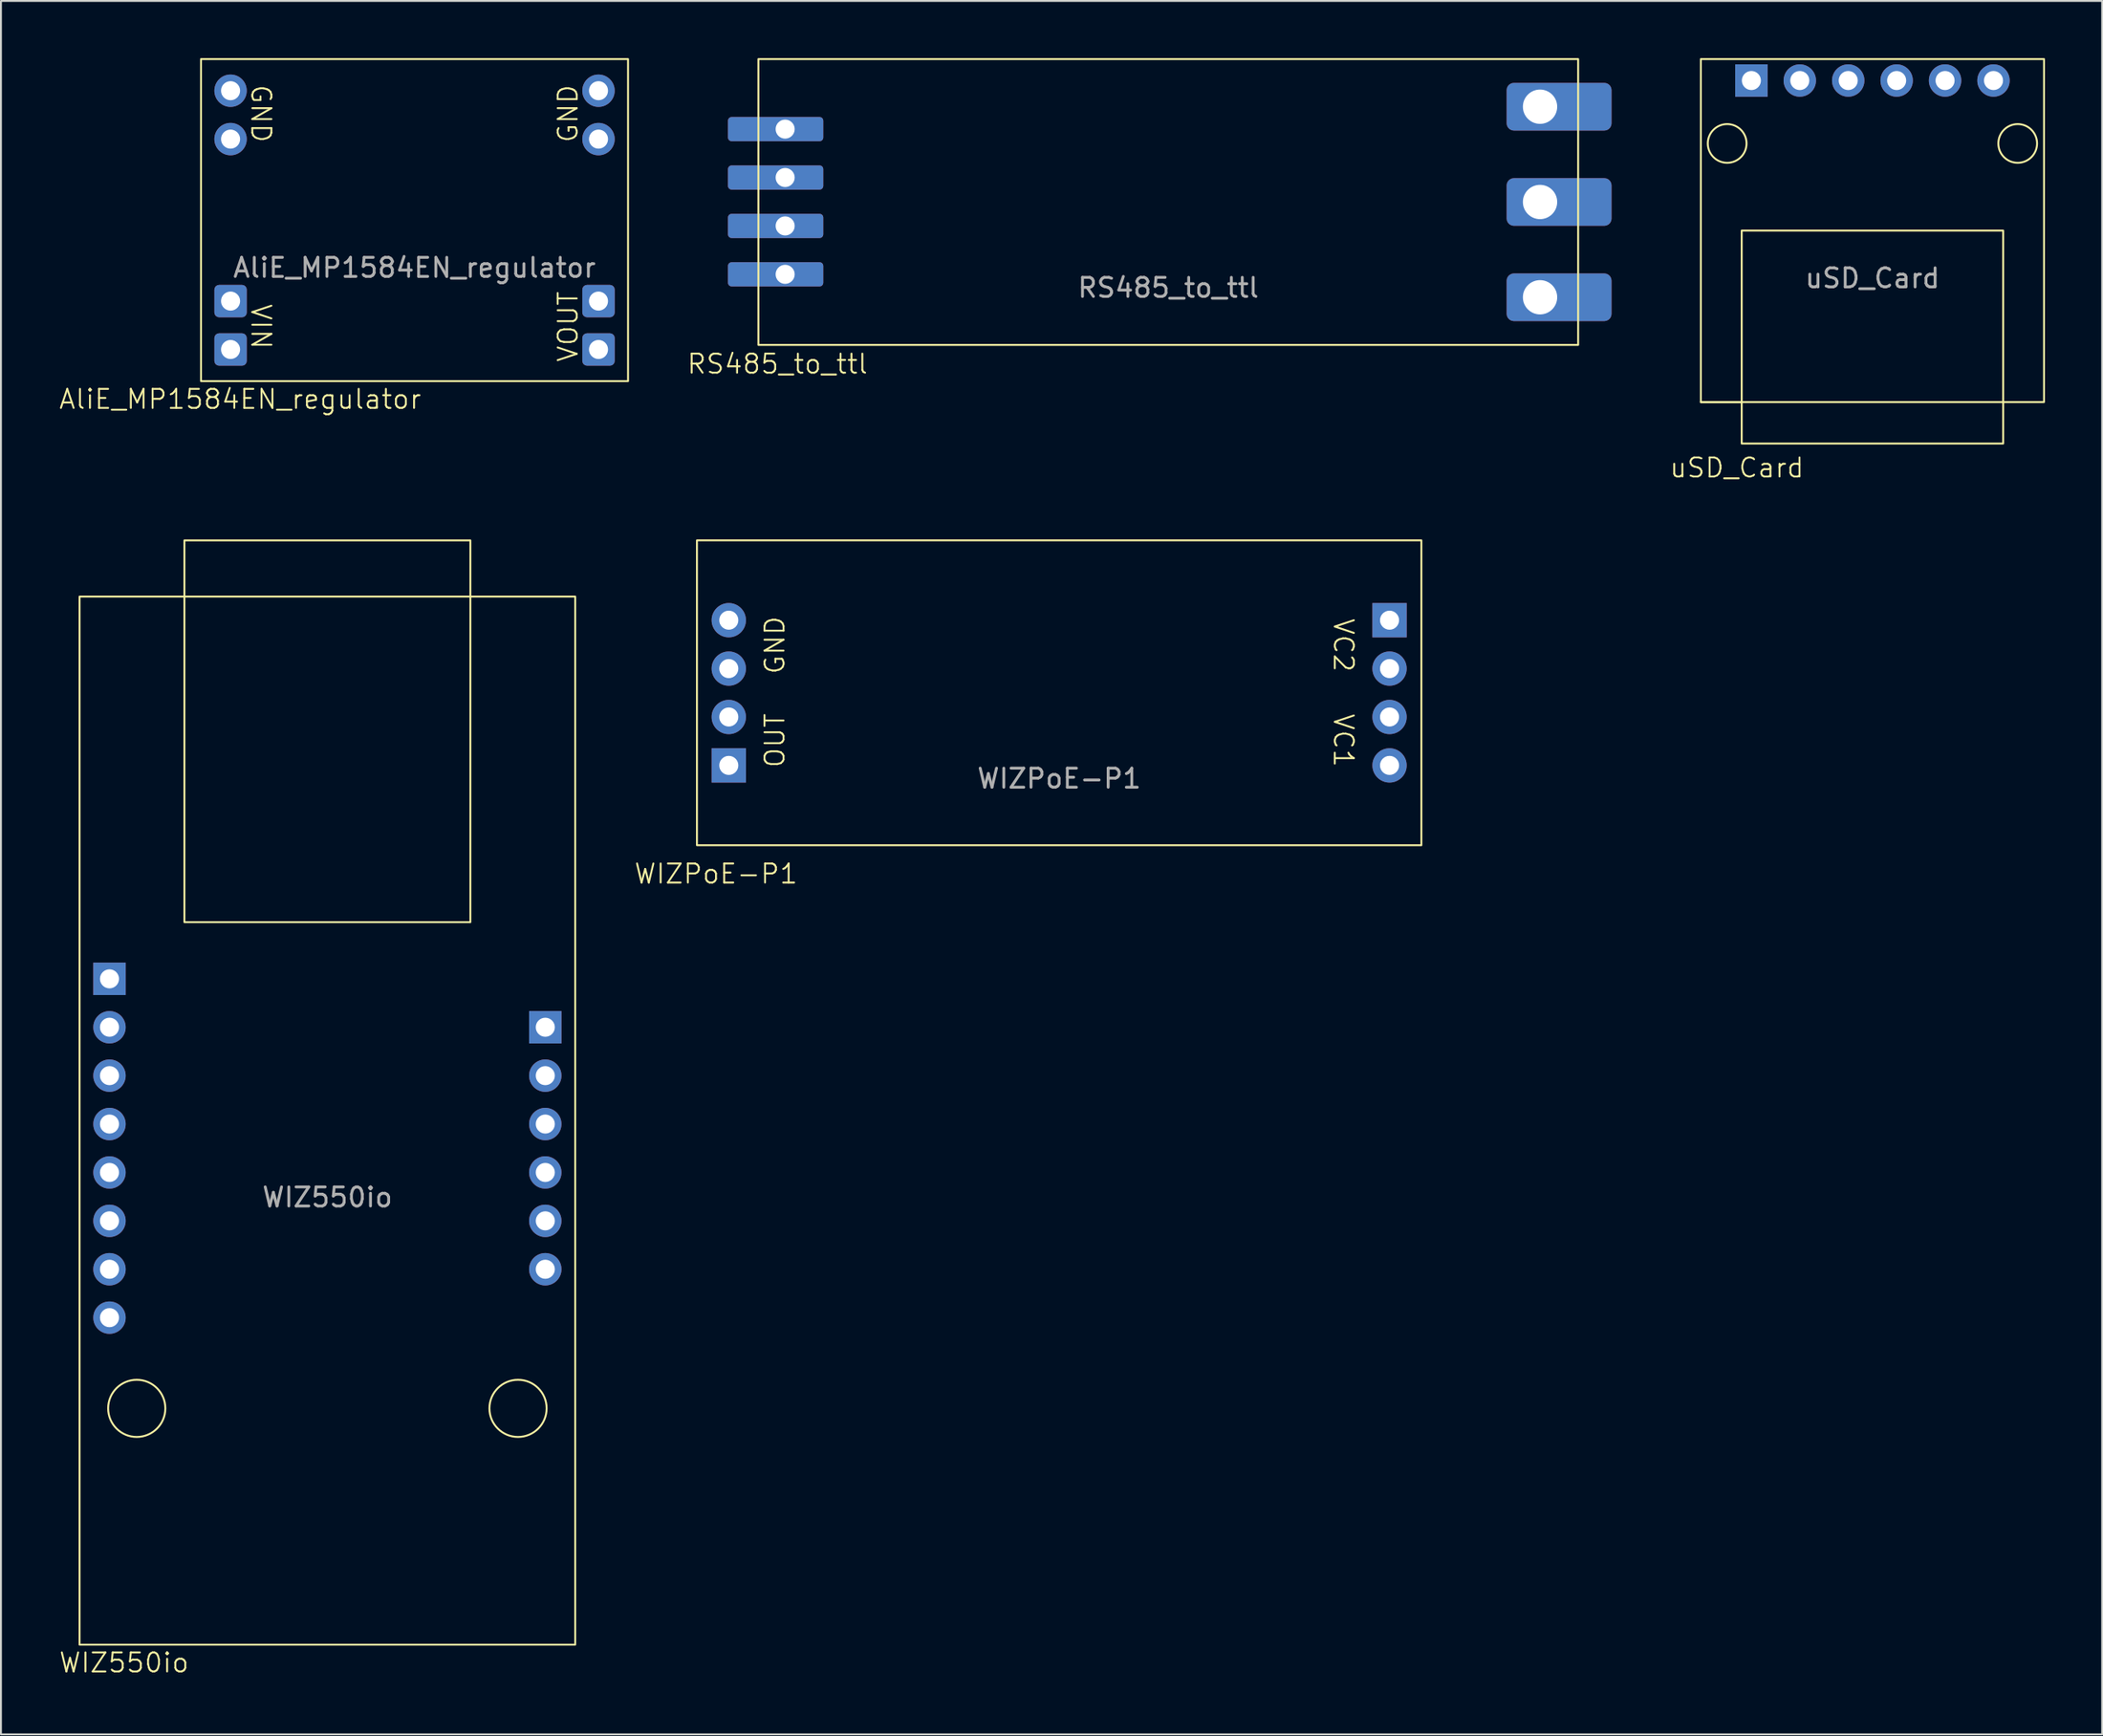
<source format=kicad_pcb>
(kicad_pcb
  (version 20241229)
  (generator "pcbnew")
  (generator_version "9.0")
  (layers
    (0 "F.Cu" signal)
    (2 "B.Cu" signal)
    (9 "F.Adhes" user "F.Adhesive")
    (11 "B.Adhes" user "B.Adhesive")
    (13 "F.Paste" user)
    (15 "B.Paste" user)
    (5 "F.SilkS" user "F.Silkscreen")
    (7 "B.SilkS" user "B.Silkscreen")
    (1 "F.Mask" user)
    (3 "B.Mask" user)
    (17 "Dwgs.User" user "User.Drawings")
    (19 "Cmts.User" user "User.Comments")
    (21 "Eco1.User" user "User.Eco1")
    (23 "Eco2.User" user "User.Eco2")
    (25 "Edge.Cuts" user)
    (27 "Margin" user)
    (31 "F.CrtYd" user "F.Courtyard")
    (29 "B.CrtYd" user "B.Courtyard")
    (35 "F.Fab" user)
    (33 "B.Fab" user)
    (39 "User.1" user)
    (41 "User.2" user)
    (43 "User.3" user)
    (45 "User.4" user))
  (footprint "RS485_to_ttl"
    (layer "F.Cu")
    (at 58.232 7.55)
    (property "Reference" "RS485_to_ttl" (at -20.5 8.5 0) (unlocked yes) (layer "F.SilkS") (effects (font (size 1 1) (thickness 0.1))))
    (attr smd)
    (fp_rect (start -21.5 -7.5) (end 21.5 7.5) (stroke (width 0.1) (type default)) (fill no) (layer "F.SilkS"))
    (fp_text user "${REFERENCE}" (at 0 4.5 0) (unlocked yes) (layer "F.Fab") (effects (font (size 1 1) (thickness 0.15))))
    (pad "1" thru_hole roundrect (at -20.097 -3.824) (size 5 1.27) (drill 1 (offset -0.5 0)) (layers "*.Cu" "*.Mask") (roundrect_rratio 0.15))
    (pad "2" thru_hole roundrect (at -20.097 -1.284) (size 5 1.27) (drill 1 (offset -0.5 0)) (layers "*.Cu" "*.Mask") (roundrect_rratio 0.15))
    (pad "3" thru_hole roundrect (at -20.097 1.256) (size 5 1.27) (drill 1 (offset -0.5 0)) (layers "*.Cu" "*.Mask") (roundrect_rratio 0.15))
    (pad "4" thru_hole roundrect (at -20.097 3.796) (size 5 1.27) (drill 1 (offset -0.5 0)) (layers "*.Cu" "*.Mask") (roundrect_rratio 0.15))
    (pad "5" thru_hole roundrect (at 19.5 -5 180) (size 5.5 2.5) (drill 1.8 (offset -1 0)) (layers "*.Cu" "*.Mask") (roundrect_rratio 0.15))
    (pad "6" thru_hole roundrect (at 19.5 0 180) (size 5.5 2.5) (drill 1.8 (offset -1 0)) (layers "*.Cu" "*.Mask") (roundrect_rratio 0.15))
    (pad "7" thru_hole roundrect (at 19.5 5 180) (size 5.5 2.5) (drill 1.8 (offset -1 0)) (layers "*.Cu" "*.Mask") (roundrect_rratio 0.15)))
  (footprint "WIZ550io"
    (layer "F.Cu")
    (at 14.123 57.281)
    (property "Reference" "WIZ550io" (at -10.668 26.924 0) (unlocked yes) (layer "F.SilkS") (effects (font (size 1 1) (thickness 0.1))))
    (attr through_hole)
    (fp_rect (start -13 -29.024) (end 13 25.976) (stroke (width 0.1) (type solid)) (fill no) (layer "F.SilkS"))
    (fp_rect (start -7.5 -31.974) (end 7.5 -11.938) (stroke (width 0.1) (type solid)) (fill no) (layer "F.SilkS"))
    (fp_circle (center -10 13.576) (end -8.5 13.576) (stroke (width 0.1) (type solid)) (fill no) (layer "F.SilkS"))
    (fp_circle (center 10 13.576) (end 11.5 13.576) (stroke (width 0.1) (type solid)) (fill no) (layer "F.SilkS"))
    (fp_text user "${REFERENCE}" (at 0 2.5 0) (unlocked yes) (layer "F.Fab") (effects (font (size 1 1) (thickness 0.15))))
    (pad "1" thru_hole rect (at -11.43 -8.964) (size 1.7 1.7) (drill 1) (layers "*.Cu" "*.Mask"))
    (pad "2" thru_hole circle (at -11.43 -6.424) (size 1.7 1.7) (drill 1) (layers "*.Cu" "*.Mask"))
    (pad "3" thru_hole circle (at -11.43 -3.884) (size 1.7 1.7) (drill 1) (layers "*.Cu" "*.Mask"))
    (pad "4" thru_hole circle (at -11.43 -1.344) (size 1.7 1.7) (drill 1) (layers "*.Cu" "*.Mask"))
    (pad "5" thru_hole circle (at -11.43 1.196) (size 1.7 1.7) (drill 1) (layers "*.Cu" "*.Mask"))
    (pad "6" thru_hole circle (at -11.43 3.736) (size 1.7 1.7) (drill 1) (layers "*.Cu" "*.Mask"))
    (pad "7" thru_hole circle (at -11.43 6.276) (size 1.7 1.7) (drill 1) (layers "*.Cu" "*.Mask"))
    (pad "8" thru_hole circle (at -11.43 8.816) (size 1.7 1.7) (drill 1) (layers "*.Cu" "*.Mask"))
    (pad "9" thru_hole rect (at 11.43 -6.424) (size 1.7 1.7) (drill 1) (layers "*.Cu" "*.Mask"))
    (pad "10" thru_hole circle (at 11.43 -3.884) (size 1.7 1.7) (drill 1) (layers "*.Cu" "*.Mask"))
    (pad "11" thru_hole circle (at 11.43 -1.344) (size 1.7 1.7) (drill 1) (layers "*.Cu" "*.Mask"))
    (pad "12" thru_hole circle (at 11.43 1.196) (size 1.7 1.7) (drill 1) (layers "*.Cu" "*.Mask"))
    (pad "13" thru_hole circle (at 11.43 3.736) (size 1.7 1.7) (drill 1) (layers "*.Cu" "*.Mask"))
    (pad "14" thru_hole circle (at 11.43 6.276) (size 1.7 1.7) (drill 1) (layers "*.Cu" "*.Mask")))
  (footprint "AliE_MP1584EN_regulator"
    (layer "F.Cu")
    (at 18.694 8.5)
    (property "Reference" "AliE_MP1584EN_regulator" (at -9.144 9.398 0) (unlocked yes) (layer "F.SilkS") (effects (font (size 1 1) (thickness 0.1))))
    (attr smd)
    (fp_rect (start -11.2 -8.45) (end 11.2 8.45) (stroke (width 0.1) (type solid)) (fill no) (layer "F.SilkS"))
    (fp_text user "VOUT" (at 8.636 5.588 90) (unlocked yes) (layer "F.SilkS") (effects (font (size 1 1) (thickness 0.1)) (justify bottom)))
    (fp_text user "GND" (at -8.636 -5.588 270) (unlocked yes) (layer "F.SilkS") (effects (font (size 1 1) (thickness 0.1)) (justify bottom)))
    (fp_text user "GND" (at 8.636 -5.588 90) (unlocked yes) (layer "F.SilkS") (effects (font (size 1 1) (thickness 0.1)) (justify bottom)))
    (fp_text user "VIN" (at -8.636 5.588 270) (unlocked yes) (layer "F.SilkS") (effects (font (size 1 1) (thickness 0.1)) (justify bottom)))
    (fp_text user "${REFERENCE}" (at 0 2.5 0) (unlocked yes) (layer "F.Fab") (effects (font (size 1 1) (thickness 0.15))))
    (pad "1" thru_hole roundrect (at -9.65 4.25) (size 1.7 1.7) (drill 1) (layers "*.Cu" "*.Mask") (roundrect_rratio 0.147))
    (pad "1" thru_hole roundrect (at -9.65 6.79) (size 1.7 1.7) (drill 1) (layers "*.Cu" "*.Mask") (roundrect_rratio 0.147))
    (pad "2" thru_hole circle (at -9.65 -6.79) (size 1.7 1.7) (drill 1) (layers "*.Cu" "*.Mask"))
    (pad "2" thru_hole circle (at -9.65 -4.25) (size 1.7 1.7) (drill 1) (layers "*.Cu" "*.Mask"))
    (pad "3" thru_hole roundrect (at 9.65 4.25) (size 1.7 1.7) (drill 1) (layers "*.Cu" "*.Mask") (roundrect_rratio 0.147))
    (pad "3" thru_hole roundrect (at 9.65 6.79) (size 1.7 1.7) (drill 1) (layers "*.Cu" "*.Mask") (roundrect_rratio 0.147))
    (pad "4" thru_hole circle (at 9.65 -6.79) (size 1.7 1.7) (drill 1) (layers "*.Cu" "*.Mask"))
    (pad "4" thru_hole circle (at 9.65 -4.25) (size 1.7 1.7) (drill 1) (layers "*.Cu" "*.Mask")))
  (footprint "WIZPoE-P1"
    (layer "F.Cu")
    (at 52.508 33.306)
    (property "Reference" "WIZPoE-P1" (at -18 9.5 0) (unlocked yes) (layer "F.SilkS") (effects (font (size 1 1) (thickness 0.1))))
    (attr through_hole)
    (fp_rect (start -19 -8) (end 19 8) (stroke (width 0.1) (type solid)) (fill no) (layer "F.SilkS"))
    (fp_text user "GND" (at -15.5 -2.5 90) (unlocked yes) (layer "F.SilkS") (effects (font (size 1 1) (thickness 0.1)) (justify top)))
    (fp_text user "VC2" (at 15.5 -2.5 270) (unlocked yes) (layer "F.SilkS") (effects (font (size 1 1) (thickness 0.1)) (justify top)))
    (fp_text user "OUT" (at -15.5 2.5 90) (unlocked yes) (layer "F.SilkS") (effects (font (size 1 1) (thickness 0.1)) (justify top)))
    (fp_text user "VC1" (at 15.5 2.5 270) (unlocked yes) (layer "F.SilkS") (effects (font (size 1 1) (thickness 0.1)) (justify top)))
    (fp_text user "${REFERENCE}" (at 0 4.5 0) (unlocked yes) (layer "F.Fab") (effects (font (size 1 1) (thickness 0.15))))
    (pad "1" thru_hole rect (at -17.33 3.81) (size 1.8 1.8) (drill 1) (layers "*.Cu" "*.Mask"))
    (pad "2" thru_hole circle (at -17.33 1.27) (size 1.8 1.8) (drill 1) (layers "*.Cu" "*.Mask"))
    (pad "3" thru_hole circle (at -17.33 -1.27) (size 1.8 1.8) (drill 1) (layers "*.Cu" "*.Mask"))
    (pad "4" thru_hole circle (at -17.33 -3.81) (size 1.8 1.8) (drill 1) (layers "*.Cu" "*.Mask"))
    (pad "5" thru_hole rect (at 17.33 -3.81) (size 1.8 1.8) (drill 1) (layers "*.Cu" "*.Mask"))
    (pad "6" thru_hole circle (at 17.33 -1.27) (size 1.8 1.8) (drill 1) (layers "*.Cu" "*.Mask"))
    (pad "7" thru_hole circle (at 17.33 1.27) (size 1.8 1.8) (drill 1) (layers "*.Cu" "*.Mask"))
    (pad "8" thru_hole circle (at 17.33 3.81) (size 1.8 1.8) (drill 1) (layers "*.Cu" "*.Mask")))
  (footprint "uSD_Card"
    (layer "F.Cu")
    (at 95.168 9.05)
    (property "Reference" "uSD_Card" (at -7.112 12.446 0) (unlocked yes) (layer "F.SilkS") (effects (font (size 1 1) (thickness 0.1))))
    (attr through_hole)
    (fp_rect (start -9 9) (end -6.858 9) (stroke (width 0.1) (type default)) (fill no) (layer "F.SilkS"))
    (fp_rect (start -9 9) (end 9 -9) (stroke (width 0.1) (type solid)) (fill no) (layer "F.SilkS"))
    (fp_rect (start -6.858 0) (end 6.858 11.176) (stroke (width 0.1) (type default)) (fill no) (layer "F.SilkS"))
    (fp_circle (center -7.62 -4.572) (end -8.636 -4.572) (stroke (width 0.1) (type default)) (fill no) (layer "F.SilkS"))
    (fp_circle (center 7.62 -4.572) (end 8.636 -4.572) (stroke (width 0.1) (type default)) (fill no) (layer "F.SilkS"))
    (fp_text user "${REFERENCE}" (at 0 2.5 0) (unlocked yes) (layer "F.Fab") (effects (font (size 1 1) (thickness 0.15))))
    (pad "1" thru_hole rect (at -6.35 -7.874) (size 1.7 1.7) (drill 1) (layers "*.Cu" "*.Mask"))
    (pad "2" thru_hole circle (at -3.81 -7.874) (size 1.7 1.7) (drill 1) (layers "*.Cu" "*.Mask"))
    (pad "3" thru_hole circle (at -1.27 -7.874) (size 1.7 1.7) (drill 1) (layers "*.Cu" "*.Mask"))
    (pad "4" thru_hole circle (at 1.27 -7.874) (size 1.7 1.7) (drill 1) (layers "*.Cu" "*.Mask"))
    (pad "5" thru_hole circle (at 3.81 -7.874) (size 1.7 1.7) (drill 1) (layers "*.Cu" "*.Mask"))
    (pad "6" thru_hole circle (at 6.35 -7.874) (size 1.7 1.7) (drill 1) (layers "*.Cu" "*.Mask")))
  (gr_rect
    (start -3 -3)
    (end 107.218 87.965)
    (stroke (width 0.1) (type default))
    (fill no)
    (layer "Edge.Cuts")))
</source>
